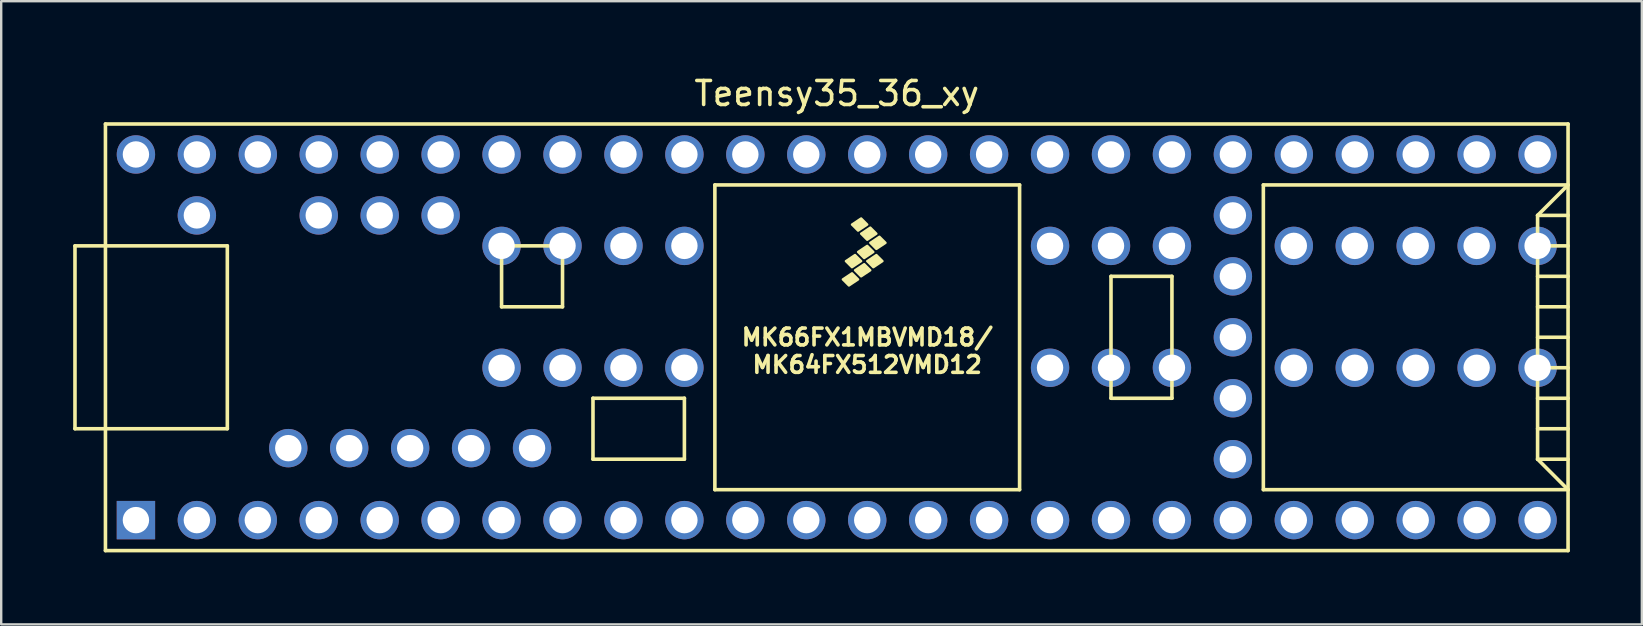
<source format=kicad_pcb>
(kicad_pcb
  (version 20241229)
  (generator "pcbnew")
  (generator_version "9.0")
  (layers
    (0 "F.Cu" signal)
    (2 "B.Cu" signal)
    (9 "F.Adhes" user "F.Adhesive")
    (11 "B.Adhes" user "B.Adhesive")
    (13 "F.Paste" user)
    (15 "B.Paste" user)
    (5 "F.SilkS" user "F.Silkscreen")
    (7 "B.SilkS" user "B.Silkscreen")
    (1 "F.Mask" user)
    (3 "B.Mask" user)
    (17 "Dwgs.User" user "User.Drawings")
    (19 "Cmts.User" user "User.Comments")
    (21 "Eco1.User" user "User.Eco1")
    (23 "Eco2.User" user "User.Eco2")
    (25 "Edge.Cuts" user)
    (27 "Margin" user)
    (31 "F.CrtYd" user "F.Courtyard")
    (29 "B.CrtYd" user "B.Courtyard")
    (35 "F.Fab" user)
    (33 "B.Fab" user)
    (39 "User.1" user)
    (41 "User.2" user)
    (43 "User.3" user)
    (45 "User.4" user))
  (footprint "Teensy35_36_xy"
    (layer "F.Cu")
    (at 31.825 11.008)
    (property "Reference" "Teensy35_36_xy" (at 0 -10.16 0) (layer "F.SilkS") (effects (font (size 1 1) (thickness 0.15))))
    (attr through_hole)
    (fp_line (start -31.75 -3.81) (end -30.48 -3.81) (stroke (width 0.15) (type solid)) (layer "F.SilkS"))
    (fp_line (start -31.75 3.81) (end -31.75 -3.81) (stroke (width 0.15) (type solid)) (layer "F.SilkS"))
    (fp_line (start -30.48 3.81) (end -31.75 3.81) (stroke (width 0.15) (type solid)) (layer "F.SilkS"))
    (fp_line (start -30.48 8.89) (end -30.48 -8.89) (stroke (width 0.15) (type solid)) (layer "F.SilkS"))
    (fp_line (start -30.48 8.89) (end 30.48 8.89) (stroke (width 0.15) (type solid)) (layer "F.SilkS"))
    (fp_line (start -25.4 -3.81) (end -30.48 -3.81) (stroke (width 0.15) (type solid)) (layer "F.SilkS"))
    (fp_line (start -25.4 3.81) (end -30.48 3.81) (stroke (width 0.15) (type solid)) (layer "F.SilkS"))
    (fp_line (start -25.4 3.81) (end -25.4 -3.81) (stroke (width 0.15) (type solid)) (layer "F.SilkS"))
    (fp_line (start -13.97 -3.81) (end -13.97 -1.27) (stroke (width 0.15) (type solid)) (layer "F.SilkS"))
    (fp_line (start -13.97 -1.27) (end -11.43 -1.27) (stroke (width 0.15) (type solid)) (layer "F.SilkS"))
    (fp_line (start -11.43 -3.81) (end -13.97 -3.81) (stroke (width 0.15) (type solid)) (layer "F.SilkS"))
    (fp_line (start -11.43 -1.27) (end -11.43 -3.81) (stroke (width 0.15) (type solid)) (layer "F.SilkS"))
    (fp_line (start -10.16 2.54) (end -6.35 2.54) (stroke (width 0.15) (type solid)) (layer "F.SilkS"))
    (fp_line (start -10.16 5.08) (end -10.16 2.54) (stroke (width 0.15) (type solid)) (layer "F.SilkS"))
    (fp_line (start -6.35 2.54) (end -6.35 5.08) (stroke (width 0.15) (type solid)) (layer "F.SilkS"))
    (fp_line (start -6.35 5.08) (end -10.16 5.08) (stroke (width 0.15) (type solid)) (layer "F.SilkS"))
    (fp_line (start -5.08 -6.35) (end -5.08 6.35) (stroke (width 0.15) (type solid)) (layer "F.SilkS"))
    (fp_line (start -5.08 -6.35) (end 7.62 -6.35) (stroke (width 0.15) (type solid)) (layer "F.SilkS"))
    (fp_line (start -5.08 6.35) (end 7.62 6.35) (stroke (width 0.15) (type solid)) (layer "F.SilkS"))
    (fp_line (start 7.62 6.35) (end 7.62 -6.35) (stroke (width 0.15) (type solid)) (layer "F.SilkS"))
    (fp_line (start 11.43 -2.54) (end 13.97 -2.54) (stroke (width 0.15) (type solid)) (layer "F.SilkS"))
    (fp_line (start 11.43 2.54) (end 11.43 -2.54) (stroke (width 0.15) (type solid)) (layer "F.SilkS"))
    (fp_line (start 13.97 -2.54) (end 13.97 2.54) (stroke (width 0.15) (type solid)) (layer "F.SilkS"))
    (fp_line (start 13.97 2.54) (end 11.43 2.54) (stroke (width 0.15) (type solid)) (layer "F.SilkS"))
    (fp_line (start 17.78 -6.35) (end 17.78 6.35) (stroke (width 0.15) (type solid)) (layer "F.SilkS"))
    (fp_line (start 17.78 6.35) (end 30.48 6.35) (stroke (width 0.15) (type solid)) (layer "F.SilkS"))
    (fp_line (start 29.21 -5.08) (end 30.48 -6.35) (stroke (width 0.15) (type solid)) (layer "F.SilkS"))
    (fp_line (start 29.21 -5.08) (end 30.48 -5.08) (stroke (width 0.15) (type solid)) (layer "F.SilkS"))
    (fp_line (start 29.21 -3.81) (end 30.48 -3.81) (stroke (width 0.15) (type solid)) (layer "F.SilkS"))
    (fp_line (start 29.21 -2.54) (end 30.48 -2.54) (stroke (width 0.15) (type solid)) (layer "F.SilkS"))
    (fp_line (start 29.21 -1.27) (end 30.48 -1.27) (stroke (width 0.15) (type solid)) (layer "F.SilkS"))
    (fp_line (start 29.21 0) (end 30.48 0) (stroke (width 0.15) (type solid)) (layer "F.SilkS"))
    (fp_line (start 29.21 1.27) (end 30.48 1.27) (stroke (width 0.15) (type solid)) (layer "F.SilkS"))
    (fp_line (start 29.21 2.54) (end 30.48 2.54) (stroke (width 0.15) (type solid)) (layer "F.SilkS"))
    (fp_line (start 29.21 3.81) (end 30.48 3.81) (stroke (width 0.15) (type solid)) (layer "F.SilkS"))
    (fp_line (start 29.21 5.08) (end 29.21 -5.08) (stroke (width 0.15) (type solid)) (layer "F.SilkS"))
    (fp_line (start 29.21 5.08) (end 30.48 5.08) (stroke (width 0.15) (type solid)) (layer "F.SilkS"))
    (fp_line (start 30.48 -8.89) (end -30.48 -8.89) (stroke (width 0.15) (type solid)) (layer "F.SilkS"))
    (fp_line (start 30.48 -8.89) (end 30.48 8.89) (stroke (width 0.15) (type solid)) (layer "F.SilkS"))
    (fp_line (start 30.48 -6.35) (end 17.78 -6.35) (stroke (width 0.15) (type solid)) (layer "F.SilkS"))
    (fp_line (start 30.48 6.35) (end 29.21 5.08) (stroke (width 0.15) (type solid)) (layer "F.SilkS"))
    (fp_poly (pts (xy 0.635 -2.667) (xy 0.889 -2.413) (xy 0.508 -2.159) (xy 0.254 -2.413)) (stroke (width 0.1) (type solid)) (fill yes) (layer "F.SilkS"))
    (fp_poly (pts (xy 0.762 -3.429) (xy 1.016 -3.175) (xy 0.635 -2.921) (xy 0.381 -3.175)) (stroke (width 0.1) (type solid)) (fill yes) (layer "F.SilkS"))
    (fp_poly (pts (xy 1.016 -4.953) (xy 1.27 -4.699) (xy 0.889 -4.445) (xy 0.635 -4.699)) (stroke (width 0.1) (type solid)) (fill yes) (layer "F.SilkS"))
    (fp_poly (pts (xy 1.143 -3.048) (xy 1.397 -2.794) (xy 1.016 -2.54) (xy 0.762 -2.794)) (stroke (width 0.1) (type solid)) (fill yes) (layer "F.SilkS"))
    (fp_poly (pts (xy 1.27 -3.81) (xy 1.524 -3.556) (xy 1.143 -3.302) (xy 0.889 -3.556)) (stroke (width 0.1) (type solid)) (fill yes) (layer "F.SilkS"))
    (fp_poly (pts (xy 1.397 -4.572) (xy 1.651 -4.318) (xy 1.27 -4.064) (xy 1.016 -4.318)) (stroke (width 0.1) (type solid)) (fill yes) (layer "F.SilkS"))
    (fp_poly (pts (xy 1.651 -3.429) (xy 1.905 -3.175) (xy 1.524 -2.921) (xy 1.27 -3.175)) (stroke (width 0.1) (type solid)) (fill yes) (layer "F.SilkS"))
    (fp_poly (pts (xy 1.778 -4.191) (xy 2.032 -3.937) (xy 1.651 -3.683) (xy 1.397 -3.937)) (stroke (width 0.1) (type solid)) (fill yes) (layer "F.SilkS"))
    (fp_text user "MK64FX512VMD12" (at 1.27 1.143 0) (layer "F.SilkS") (effects (font (size 0.7 0.7) (thickness 0.15))))
    (fp_text user "MK66FX1MBVMD18/" (at 1.27 0 0) (layer "F.SilkS") (effects (font (size 0.7 0.7) (thickness 0.15))))
    (pad "1" thru_hole rect (at -29.21 7.62) (size 1.6 1.6) (drill 1.1) (layers "*.Cu" "*.Mask"))
    (pad "2" thru_hole circle (at -26.67 7.62) (size 1.6 1.6) (drill 1.1) (layers "*.Cu" "*.Mask"))
    (pad "3" thru_hole circle (at -24.13 7.62) (size 1.6 1.6) (drill 1.1) (layers "*.Cu" "*.Mask"))
    (pad "4" thru_hole circle (at -21.59 7.62) (size 1.6 1.6) (drill 1.1) (layers "*.Cu" "*.Mask"))
    (pad "5" thru_hole circle (at -19.05 7.62) (size 1.6 1.6) (drill 1.1) (layers "*.Cu" "*.Mask"))
    (pad "6" thru_hole circle (at -16.51 7.62) (size 1.6 1.6) (drill 1.1) (layers "*.Cu" "*.Mask"))
    (pad "7" thru_hole circle (at -13.97 7.62) (size 1.6 1.6) (drill 1.1) (layers "*.Cu" "*.Mask"))
    (pad "8" thru_hole circle (at -11.43 7.62) (size 1.6 1.6) (drill 1.1) (layers "*.Cu" "*.Mask"))
    (pad "9" thru_hole circle (at -8.89 7.62) (size 1.6 1.6) (drill 1.1) (layers "*.Cu" "*.Mask"))
    (pad "10" thru_hole circle (at -6.35 7.62) (size 1.6 1.6) (drill 1.1) (layers "*.Cu" "*.Mask"))
    (pad "11" thru_hole circle (at -3.81 7.62) (size 1.6 1.6) (drill 1.1) (layers "*.Cu" "*.Mask"))
    (pad "12" thru_hole circle (at -1.27 7.62) (size 1.6 1.6) (drill 1.1) (layers "*.Cu" "*.Mask"))
    (pad "13" thru_hole circle (at 1.27 7.62) (size 1.6 1.6) (drill 1.1) (layers "*.Cu" "*.Mask"))
    (pad "14" thru_hole circle (at 3.81 7.62) (size 1.6 1.6) (drill 1.1) (layers "*.Cu" "*.Mask"))
    (pad "15" thru_hole circle (at 6.35 7.62) (size 1.6 1.6) (drill 1.1) (layers "*.Cu" "*.Mask"))
    (pad "16" thru_hole circle (at 8.89 7.62) (size 1.6 1.6) (drill 1.1) (layers "*.Cu" "*.Mask"))
    (pad "17" thru_hole circle (at 11.43 7.62) (size 1.6 1.6) (drill 1.1) (layers "*.Cu" "*.Mask"))
    (pad "18" thru_hole circle (at 13.97 7.62) (size 1.6 1.6) (drill 1.1) (layers "*.Cu" "*.Mask"))
    (pad "19" thru_hole circle (at 16.51 7.62) (size 1.6 1.6) (drill 1.1) (layers "*.Cu" "*.Mask"))
    (pad "20" thru_hole circle (at 19.05 7.62) (size 1.6 1.6) (drill 1.1) (layers "*.Cu" "*.Mask"))
    (pad "21" thru_hole circle (at 21.59 7.62) (size 1.6 1.6) (drill 1.1) (layers "*.Cu" "*.Mask"))
    (pad "22" thru_hole circle (at 24.13 7.62) (size 1.6 1.6) (drill 1.1) (layers "*.Cu" "*.Mask"))
    (pad "23" thru_hole circle (at 26.67 7.62) (size 1.6 1.6) (drill 1.1) (layers "*.Cu" "*.Mask"))
    (pad "24" thru_hole circle (at 29.21 7.62) (size 1.6 1.6) (drill 1.1) (layers "*.Cu" "*.Mask"))
    (pad "25" thru_hole circle (at 16.51 5.08) (size 1.6 1.6) (drill 1.1) (layers "*.Cu" "*.Mask"))
    (pad "26" thru_hole circle (at 16.51 2.54) (size 1.6 1.6) (drill 1.1) (layers "*.Cu" "*.Mask"))
    (pad "27" thru_hole circle (at 16.51 0) (size 1.6 1.6) (drill 1.1) (layers "*.Cu" "*.Mask"))
    (pad "28" thru_hole circle (at 16.51 -2.54) (size 1.6 1.6) (drill 1.1) (layers "*.Cu" "*.Mask"))
    (pad "29" thru_hole circle (at 16.51 -5.08) (size 1.6 1.6) (drill 1.1) (layers "*.Cu" "*.Mask"))
    (pad "30" thru_hole circle (at 29.21 -7.62) (size 1.6 1.6) (drill 1.1) (layers "*.Cu" "*.Mask"))
    (pad "31" thru_hole circle (at 26.67 -7.62) (size 1.6 1.6) (drill 1.1) (layers "*.Cu" "*.Mask"))
    (pad "32" thru_hole circle (at 24.13 -7.62) (size 1.6 1.6) (drill 1.1) (layers "*.Cu" "*.Mask"))
    (pad "33" thru_hole circle (at 21.59 -7.62) (size 1.6 1.6) (drill 1.1) (layers "*.Cu" "*.Mask"))
    (pad "34" thru_hole circle (at 19.05 -7.62) (size 1.6 1.6) (drill 1.1) (layers "*.Cu" "*.Mask"))
    (pad "35" thru_hole circle (at 16.51 -7.62) (size 1.6 1.6) (drill 1.1) (layers "*.Cu" "*.Mask"))
    (pad "36" thru_hole circle (at 13.97 -7.62) (size 1.6 1.6) (drill 1.1) (layers "*.Cu" "*.Mask"))
    (pad "37" thru_hole circle (at 11.43 -7.62) (size 1.6 1.6) (drill 1.1) (layers "*.Cu" "*.Mask"))
    (pad "38" thru_hole circle (at 8.89 -7.62) (size 1.6 1.6) (drill 1.1) (layers "*.Cu" "*.Mask"))
    (pad "39" thru_hole circle (at 6.35 -7.62) (size 1.6 1.6) (drill 1.1) (layers "*.Cu" "*.Mask"))
    (pad "40" thru_hole circle (at 3.81 -7.62) (size 1.6 1.6) (drill 1.1) (layers "*.Cu" "*.Mask"))
    (pad "41" thru_hole circle (at 1.27 -7.62) (size 1.6 1.6) (drill 1.1) (layers "*.Cu" "*.Mask"))
    (pad "42" thru_hole circle (at -1.27 -7.62) (size 1.6 1.6) (drill 1.1) (layers "*.Cu" "*.Mask"))
    (pad "43" thru_hole circle (at -3.81 -7.62) (size 1.6 1.6) (drill 1.1) (layers "*.Cu" "*.Mask"))
    (pad "44" thru_hole circle (at -6.35 -7.62) (size 1.6 1.6) (drill 1.1) (layers "*.Cu" "*.Mask"))
    (pad "45" thru_hole circle (at -8.89 -7.62) (size 1.6 1.6) (drill 1.1) (layers "*.Cu" "*.Mask"))
    (pad "46" thru_hole circle (at -11.43 -7.62) (size 1.6 1.6) (drill 1.1) (layers "*.Cu" "*.Mask"))
    (pad "47" thru_hole circle (at -13.97 -7.62) (size 1.6 1.6) (drill 1.1) (layers "*.Cu" "*.Mask"))
    (pad "48" thru_hole circle (at -16.51 -7.62) (size 1.6 1.6) (drill 1.1) (layers "*.Cu" "*.Mask"))
    (pad "49" thru_hole circle (at -19.05 -7.62) (size 1.6 1.6) (drill 1.1) (layers "*.Cu" "*.Mask"))
    (pad "50" thru_hole circle (at -21.59 -7.62) (size 1.6 1.6) (drill 1.1) (layers "*.Cu" "*.Mask"))
    (pad "51" thru_hole circle (at -24.13 -7.62) (size 1.6 1.6) (drill 1.1) (layers "*.Cu" "*.Mask"))
    (pad "52" thru_hole circle (at -26.67 -7.62) (size 1.6 1.6) (drill 1.1) (layers "*.Cu" "*.Mask"))
    (pad "53" thru_hole circle (at -29.21 -7.62) (size 1.6 1.6) (drill 1.1) (layers "*.Cu" "*.Mask"))
    (pad "54" thru_hole circle (at -26.67 -5.08) (size 1.6 1.6) (drill 1.1) (layers "*.Cu" "*.Mask"))
    (pad "55" thru_hole circle (at -21.59 -5.08) (size 1.6 1.6) (drill 1.1) (layers "*.Cu" "*.Mask"))
    (pad "56" thru_hole circle (at -19.05 -5.08) (size 1.6 1.6) (drill 1.1) (layers "*.Cu" "*.Mask"))
    (pad "57" thru_hole circle (at -16.51 -5.08) (size 1.6 1.6) (drill 1.1) (layers "*.Cu" "*.Mask"))
    (pad "58" thru_hole circle (at -22.86 4.62) (size 1.6 1.6) (drill 1.1) (layers "*.Cu" "*.Mask"))
    (pad "59" thru_hole circle (at -20.32 4.62) (size 1.6 1.6) (drill 1.1) (layers "*.Cu" "*.Mask"))
    (pad "60" thru_hole circle (at -17.78 4.62) (size 1.6 1.6) (drill 1.1) (layers "*.Cu" "*.Mask"))
    (pad "61" thru_hole circle (at -15.24 4.62) (size 1.6 1.6) (drill 1.1) (layers "*.Cu" "*.Mask"))
    (pad "62" thru_hole circle (at -12.7 4.62) (size 1.6 1.6) (drill 1.1) (layers "*.Cu" "*.Mask"))
    (pad "63" thru_hole circle (at -13.97 1.27) (size 1.6 1.6) (drill 1.1) (layers "*.Cu" "*.Mask"))
    (pad "64" thru_hole circle (at -11.43 1.27) (size 1.6 1.6) (drill 1.1) (layers "*.Cu" "*.Mask"))
    (pad "65" thru_hole circle (at -8.89 1.27) (size 1.6 1.6) (drill 1.1) (layers "*.Cu" "*.Mask"))
    (pad "66" thru_hole circle (at -6.35 1.27) (size 1.6 1.6) (drill 1.1) (layers "*.Cu" "*.Mask"))
    (pad "67" thru_hole circle (at 8.89 1.27) (size 1.6 1.6) (drill 1.1) (layers "*.Cu" "*.Mask"))
    (pad "68" thru_hole circle (at 11.43 1.27) (size 1.6 1.6) (drill 1.1) (layers "*.Cu" "*.Mask"))
    (pad "69" thru_hole circle (at 13.97 1.27) (size 1.6 1.6) (drill 1.1) (layers "*.Cu" "*.Mask"))
    (pad "70" thru_hole circle (at 19.05 1.27) (size 1.6 1.6) (drill 1.1) (layers "*.Cu" "*.Mask"))
    (pad "71" thru_hole circle (at 21.59 1.27) (size 1.6 1.6) (drill 1.1) (layers "*.Cu" "*.Mask"))
    (pad "72" thru_hole circle (at 24.13 1.27) (size 1.6 1.6) (drill 1.1) (layers "*.Cu" "*.Mask"))
    (pad "73" thru_hole circle (at 26.67 1.27) (size 1.6 1.6) (drill 1.1) (layers "*.Cu" "*.Mask"))
    (pad "74" thru_hole circle (at 29.21 1.27) (size 1.6 1.6) (drill 1.1) (layers "*.Cu" "*.Mask"))
    (pad "75" thru_hole circle (at 29.21 -3.81) (size 1.6 1.6) (drill 1.1) (layers "*.Cu" "*.Mask"))
    (pad "76" thru_hole circle (at 26.67 -3.81) (size 1.6 1.6) (drill 1.1) (layers "*.Cu" "*.Mask"))
    (pad "77" thru_hole circle (at 24.13 -3.81) (size 1.6 1.6) (drill 1.1) (layers "*.Cu" "*.Mask"))
    (pad "78" thru_hole circle (at 21.59 -3.81) (size 1.6 1.6) (drill 1.1) (layers "*.Cu" "*.Mask"))
    (pad "79" thru_hole circle (at 19.05 -3.81) (size 1.6 1.6) (drill 1.1) (layers "*.Cu" "*.Mask"))
    (pad "80" thru_hole circle (at 13.97 -3.81) (size 1.6 1.6) (drill 1.1) (layers "*.Cu" "*.Mask"))
    (pad "81" thru_hole circle (at 11.43 -3.81) (size 1.6 1.6) (drill 1.1) (layers "*.Cu" "*.Mask"))
    (pad "82" thru_hole circle (at 8.89 -3.81) (size 1.6 1.6) (drill 1.1) (layers "*.Cu" "*.Mask"))
    (pad "83" thru_hole circle (at -6.35 -3.81) (size 1.6 1.6) (drill 1.1) (layers "*.Cu" "*.Mask"))
    (pad "84" thru_hole circle (at -8.89 -3.81) (size 1.6 1.6) (drill 1.1) (layers "*.Cu" "*.Mask"))
    (pad "85" thru_hole circle (at -11.43 -3.81) (size 1.6 1.6) (drill 1.1) (layers "*.Cu" "*.Mask"))
    (pad "86" thru_hole circle (at -13.97 -3.81) (size 1.6 1.6) (drill 1.1) (layers "*.Cu" "*.Mask")))
  (gr_rect
    (start -3 -3)
    (end 65.38 22.973)
    (stroke (width 0.1) (type default))
    (fill no)
    (layer "Edge.Cuts")))
</source>
